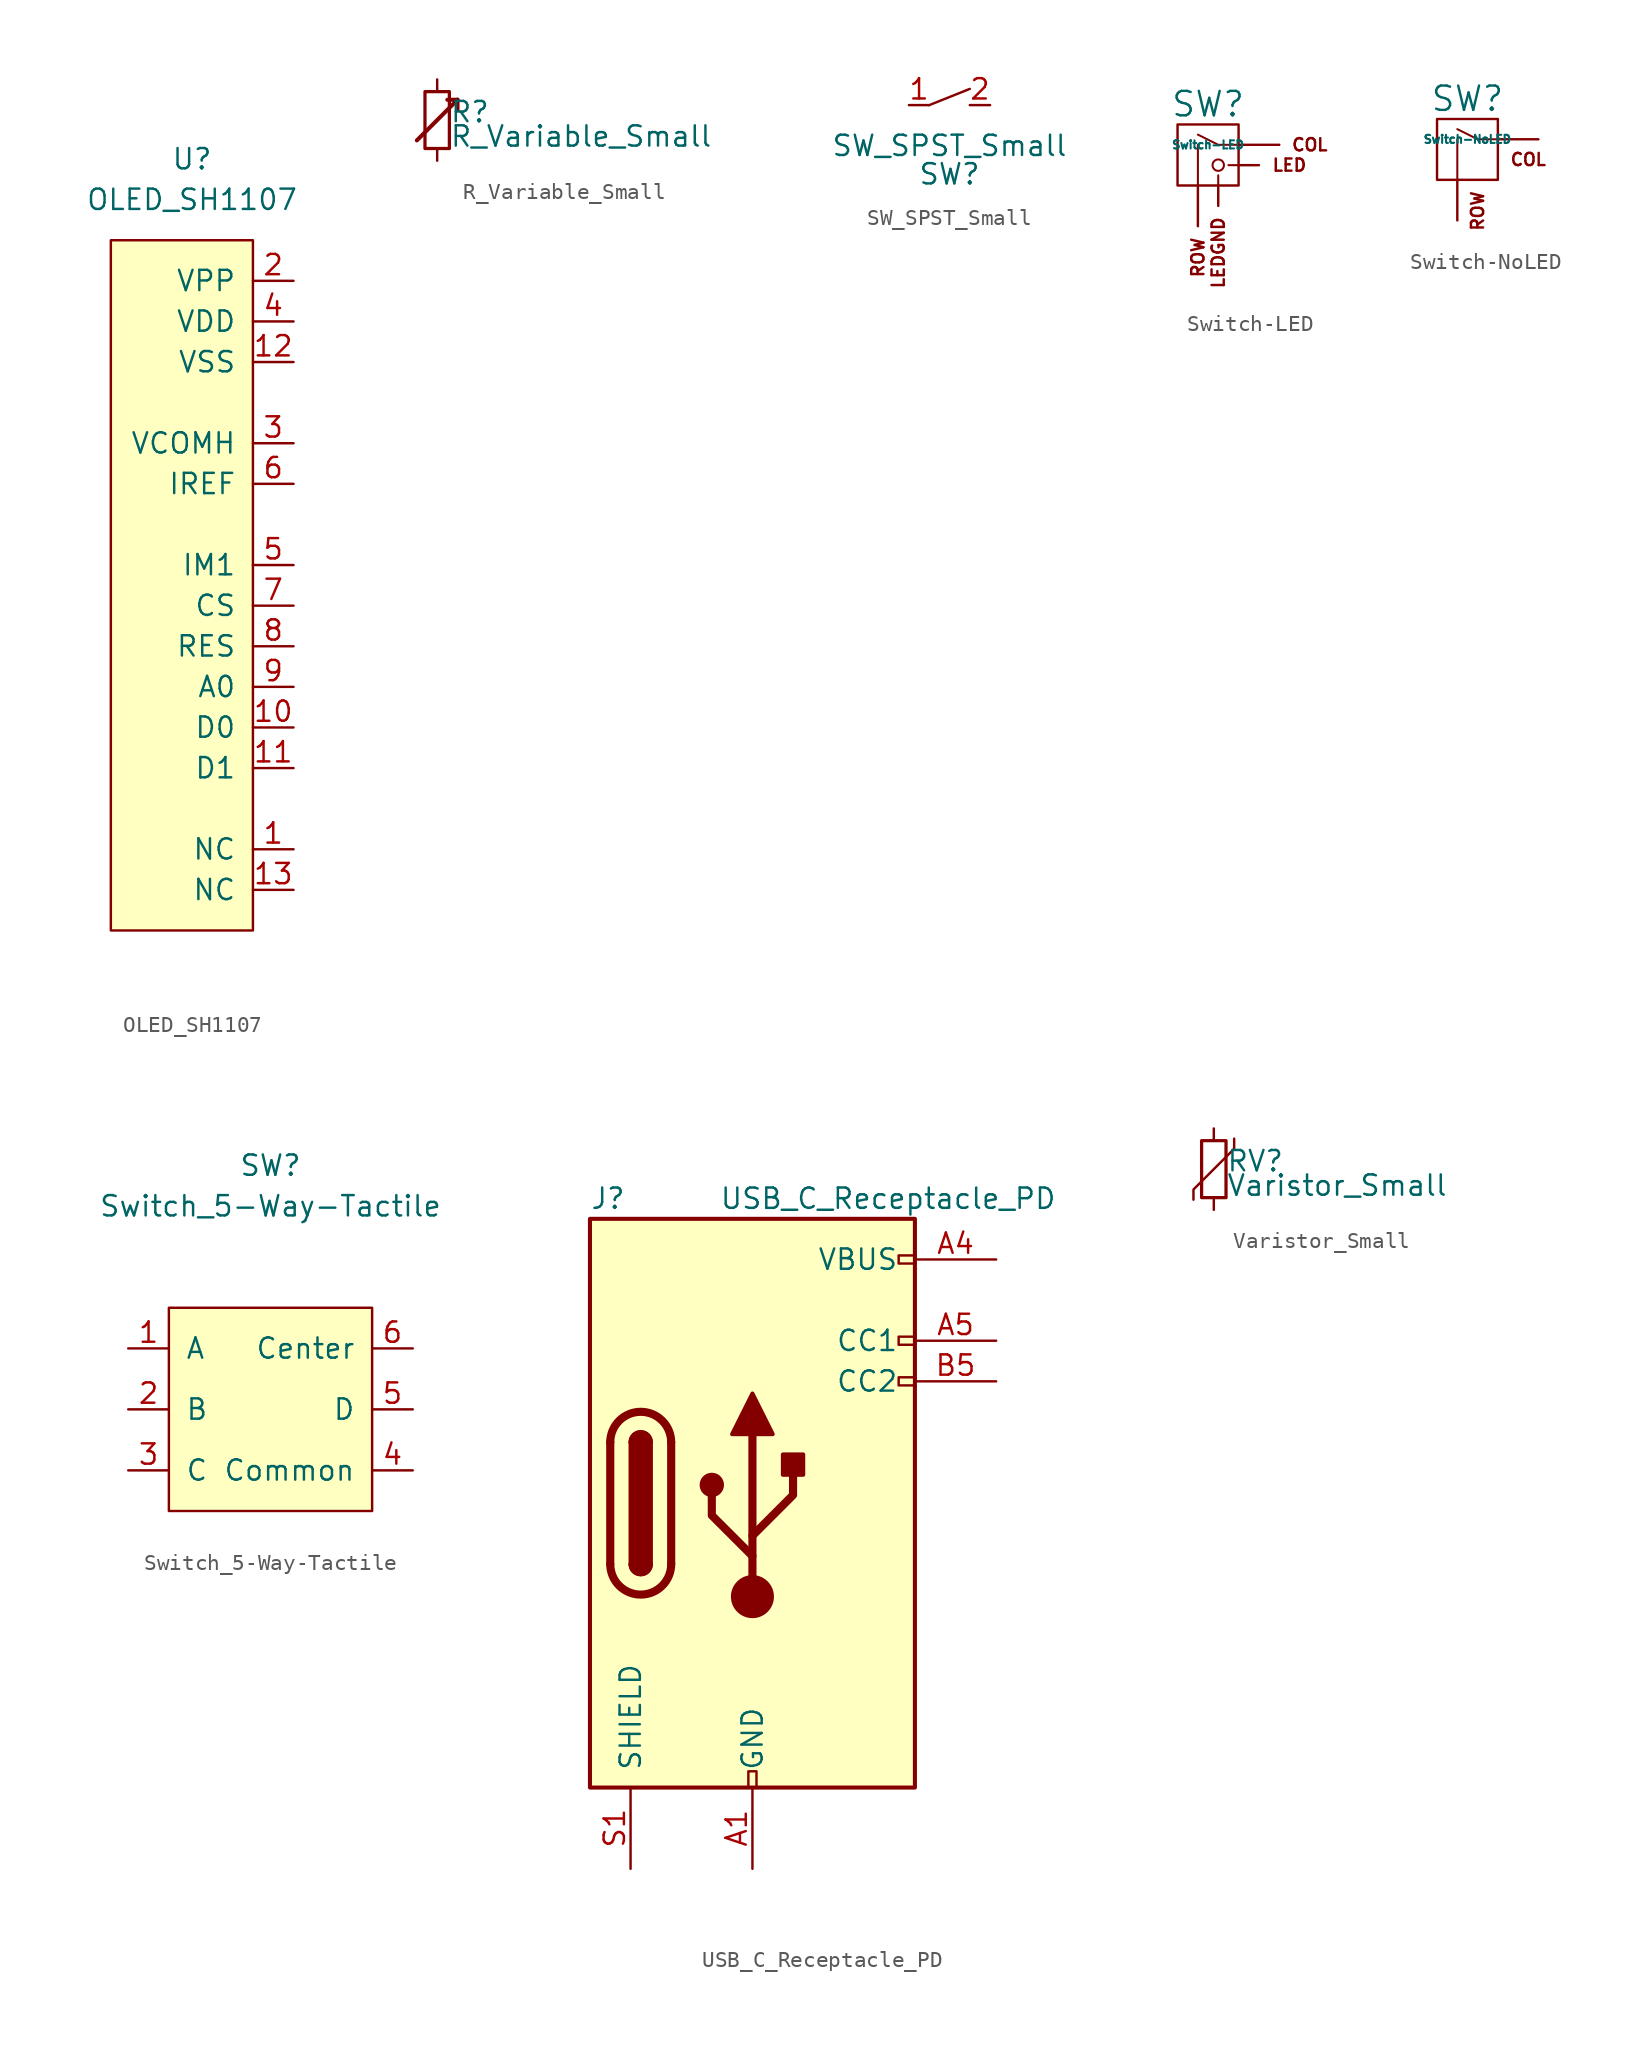
<source format=kicad_sym>
(kicad_symbol_lib
  (version 20211014)
  (generator kicad_symbol_editor)
  (symbol "OLED_SH1107"
    (pin_names
      (offset 1.016))
    (property "Reference" "U"
      (at -1.27 26.67 0)
      (effects (font (size 1.27 1.27))))
    (property "Value" "OLED_SH1107"
      (at -1.27 24.13 0)
      (effects (font (size 1.27 1.27))))
    (symbol "OLED_SH1107_0_1"
      (rectangle (start 2.54 21.59) (end -6.35 -21.59) (stroke (width 0) (type default) (color 0 0 0 0)) (fill (type background))))
    (symbol "OLED_SH1107_1_1"
      (pin power_in line (at 5.08 -16.51 180) (length 2.54) (name "NC" (effects (font (size 1.27 1.27)))) (number "1" (effects (font (size 1.27 1.27)))))
      (pin input line (at 5.08 -8.89 180) (length 2.54) (name "D0" (effects (font (size 1.27 1.27)))) (number "10" (effects (font (size 1.27 1.27)))))
      (pin input line (at 5.08 -11.43 180) (length 2.54) (name "D1" (effects (font (size 1.27 1.27)))) (number "11" (effects (font (size 1.27 1.27)))))
      (pin power_in line (at 5.08 13.97 180) (length 2.54) (name "VSS" (effects (font (size 1.27 1.27)))) (number "12" (effects (font (size 1.27 1.27)))))
      (pin power_in line (at 5.08 -19.05 180) (length 2.54) (name "NC" (effects (font (size 1.27 1.27)))) (number "13" (effects (font (size 1.27 1.27)))))
      (pin power_in line (at 5.08 19.05 180) (length 2.54) (name "VPP" (effects (font (size 1.27 1.27)))) (number "2" (effects (font (size 1.27 1.27)))))
      (pin power_in line (at 5.08 8.89 180) (length 2.54) (name "VCOMH" (effects (font (size 1.27 1.27)))) (number "3" (effects (font (size 1.27 1.27)))))
      (pin power_in line (at 5.08 16.51 180) (length 2.54) (name "VDD" (effects (font (size 1.27 1.27)))) (number "4" (effects (font (size 1.27 1.27)))))
      (pin input line (at 5.08 1.27 180) (length 2.54) (name "IM1" (effects (font (size 1.27 1.27)))) (number "5" (effects (font (size 1.27 1.27)))))
      (pin input line (at 5.08 6.35 180) (length 2.54) (name "IREF" (effects (font (size 1.27 1.27)))) (number "6" (effects (font (size 1.27 1.27)))))
      (pin input line (at 5.08 -1.27 180) (length 2.54) (name "CS" (effects (font (size 1.27 1.27)))) (number "7" (effects (font (size 1.27 1.27)))))
      (pin input line (at 5.08 -3.81 180) (length 2.54) (name "RES" (effects (font (size 1.27 1.27)))) (number "8" (effects (font (size 1.27 1.27)))))
      (pin input line (at 5.08 -6.35 180) (length 2.54) (name "A0" (effects (font (size 1.27 1.27)))) (number "9" (effects (font (size 1.27 1.27)))))))
  (symbol "R_Variable_Small"
    (pin_numbers hide)
    (pin_names
      (offset 0.254) hide)
    (property "Reference" "R"
      (at 0.762 0.508 0)
      (effects (font (size 1.27 1.27)) (justify left)))
    (property "Value" "R_Variable_Small"
      (at 0.762 -1.016 0)
      (effects (font (size 1.27 1.27)) (justify left)))
    (symbol "R_Variable_Small_0_1"
      (rectangle (start -0.762 1.778) (end 0.762 -1.778) (stroke (width 0.203) (type default) (color 0 0 0 0)) (fill (type none)))
      (polyline (pts (xy 1.27 1.27) (xy 0.635 1.27)) (stroke (width 0.254) (type default) (color 0 0 0 0)) (fill (type none)))
      (polyline (pts (xy 1.27 1.27) (xy 1.27 0.635)) (stroke (width 0.254) (type default) (color 0 0 0 0)) (fill (type none)))
      (polyline (pts (xy 1.27 1.27) (xy -1.27 -1.27) (xy 1.27 1.27)) (stroke (width 0.254) (type default) (color 0 0 0 0)) (fill (type none))))
    (symbol "R_Variable_Small_1_1"
      (pin passive line (at 0 2.54 270) (length 0.762) (name "~" (effects (font (size 1.27 1.27)))) (number "1" (effects (font (size 1.27 1.27)))))
      (pin passive line (at 0 -2.54 90) (length 0.762) (name "~" (effects (font (size 1.27 1.27)))) (number "2" (effects (font (size 1.27 1.27)))))))
  (symbol "SW_SPST_Small"
    (pin_names
      (offset 0) hide)
    (property "Reference" "SW"
      (at 0 -4.318 0)
      (effects (font (size 1.27 1.27))))
    (property "Value" "SW_SPST_Small"
      (at 0 -2.54 0)
      (effects (font (size 1.27 1.27))))
    (symbol "SW_SPST_Small_0_1"
      (polyline (pts (xy -1.27 0) (xy 1.27 1.016)) (stroke (width 0) (type default) (color 0 0 0 0)) (fill (type none))))
    (symbol "SW_SPST_Small_1_1"
      (pin passive line (at -2.54 0 0) (length 1.27) (name "A" (effects (font (size 1.27 1.27)))) (number "1" (effects (font (size 1.27 1.27)))))
      (pin passive line (at 2.54 0 180) (length 1.27) (name "B" (effects (font (size 1.27 1.27)))) (number "2" (effects (font (size 1.27 1.27)))))))
  (symbol "Switch-LED"
    (pin_names
      (offset 1.016))
    (property "Reference" "SW"
      (at -0.635 3.81 0)
      (effects (font (size 1.524 1.524))))
    (property "Value" "Switch-LED"
      (at -0.635 1.27 0)
      (effects (font (size 0.508 0.508))))
    (symbol "Switch-LED_0_0"
      (rectangle (start -2.54 2.54) (end 1.27 -1.27) (stroke (width 0) (type default) (color 0 0 0 0)) (fill (type none)))
      (polyline (pts (xy -1.27 -1.27) (xy -1.27 1.27)) (stroke (width 0.127) (type default) (color 0 0 0 0)) (fill (type none)))
      (polyline (pts (xy 0 -1.27) (xy 0 -0.635)) (stroke (width 0.127) (type default) (color 0 0 0 0)) (fill (type none)))
      (polyline (pts (xy 1.27 0) (xy 0.635 0)) (stroke (width 0.127) (type default) (color 0 0 0 0)) (fill (type none)))
      (polyline (pts (xy 1.27 1.27) (xy 0 1.27) (xy -1.27 1.905)) (stroke (width 0.127) (type default) (color 0 0 0 0)) (fill (type none)))
      (circle (center 0 0) (radius 0.356) (stroke (width 0.127) (type default) (color 0 0 0 0)) (fill (type none)))
      (text "COL" (at 5.715 1.27 0) (effects (font (size 0.762 0.762))))
      (text "LED" (at 4.445 0 0) (effects (font (size 0.762 0.762))))
      (text "ROW" (at -1.27 -4.445 900) (effects (font (size 0.762 0.762)) (justify right))))
    (symbol "Switch-LED_1_0"
      (text "LEDGND" (at 0 -3.175 900) (effects (font (size 0.762 0.762)) (justify right))))
    (symbol "Switch-LED_1_1"
      (pin passive line (at 3.81 1.27 180) (length 2.54) (name "COL" (effects (font (size 0 0)))) (number "1" (effects (font (size 0 0)))))
      (pin passive line (at -1.27 -3.81 90) (length 2.54) (name "ROW" (effects (font (size 0 0)))) (number "2" (effects (font (size 0 0)))))
      (pin input line (at 2.54 0 180) (length 1.27) (name "LED" (effects (font (size 0 0)))) (number "3" (effects (font (size 0 0)))))
      (pin passive line (at 0 -2.54 90) (length 1.27) (name "LEDGND" (effects (font (size 0 0)))) (number "4" (effects (font (size 0 0)))))))
  (symbol "Switch-NoLED"
    (pin_names
      (offset 1.016))
    (property "Reference" "SW"
      (at -0.635 3.81 0)
      (effects (font (size 1.524 1.524))))
    (property "Value" "Switch-NoLED"
      (at -0.635 1.27 0)
      (effects (font (size 0.508 0.508))))
    (symbol "Switch-NoLED_0_0"
      (rectangle (start -2.54 2.54) (end 1.27 -1.27) (stroke (width 0) (type default) (color 0 0 0 0)) (fill (type none)))
      (polyline (pts (xy -1.27 -1.27) (xy -1.27 1.27)) (stroke (width 0.127) (type default) (color 0 0 0 0)) (fill (type none)))
      (polyline (pts (xy 1.27 1.27) (xy 0 1.27) (xy -1.27 1.905)) (stroke (width 0.127) (type default) (color 0 0 0 0)) (fill (type none)))
      (text "COL" (at 3.175 0 0) (effects (font (size 0.762 0.762))))
      (text "ROW" (at 0 -1.905 900) (effects (font (size 0.762 0.762)) (justify right))))
    (symbol "Switch-NoLED_1_1"
      (pin passive line (at 3.81 1.27 180) (length 2.54) (name "COL" (effects (font (size 0 0)))) (number "1" (effects (font (size 0 0)))))
      (pin passive line (at -1.27 -3.81 90) (length 2.54) (name "ROW" (effects (font (size 0 0)))) (number "2" (effects (font (size 0 0)))))))
  (symbol "Switch_5-Way-Tactile"
    (pin_names
      (offset 1.016))
    (property "Reference" "SW"
      (at 0 15.24 0)
      (effects (font (size 1.27 1.27))))
    (property "Value" "Switch_5-Way-Tactile"
      (at 0 12.7 0)
      (effects (font (size 1.27 1.27))))
    (symbol "Switch_5-Way-Tactile_0_1"
      (rectangle (start -6.35 -6.35) (end 6.35 6.35) (stroke (width 0) (type default) (color 0 0 0 0)) (fill (type background))))
    (symbol "Switch_5-Way-Tactile_1_1"
      (pin output line (at -8.89 3.81 0) (length 2.54) (name "A" (effects (font (size 1.27 1.27)))) (number "1" (effects (font (size 1.27 1.27)))))
      (pin output line (at -8.89 0 0) (length 2.54) (name "B" (effects (font (size 1.27 1.27)))) (number "2" (effects (font (size 1.27 1.27)))))
      (pin output line (at -8.89 -3.81 0) (length 2.54) (name "C" (effects (font (size 1.27 1.27)))) (number "3" (effects (font (size 1.27 1.27)))))
      (pin output line (at 8.89 -3.81 180) (length 2.54) (name "Common" (effects (font (size 1.27 1.27)))) (number "4" (effects (font (size 1.27 1.27)))))
      (pin input line (at 8.89 0 180) (length 2.54) (name "D" (effects (font (size 1.27 1.27)))) (number "5" (effects (font (size 1.27 1.27)))))
      (pin output line (at 8.89 3.81 180) (length 2.54) (name "Center" (effects (font (size 1.27 1.27)))) (number "6" (effects (font (size 1.27 1.27)))))))
  (symbol "USB_C_Receptacle_PD"
    (pin_names
      (offset 1.016))
    (property "Reference" "J"
      (at -10.16 19.05 0)
      (effects (font (size 1.27 1.27)) (justify left)))
    (property "Value" "USB_C_Receptacle_PD"
      (at 19.05 19.05 0)
      (effects (font (size 1.27 1.27)) (justify right)))
    (symbol "USB_C_Receptacle_PD_0_0"
      (rectangle (start -0.254 -17.78) (end 0.254 -16.764) (stroke (width 0) (type default) (color 0 0 0 0)) (fill (type none)))
      (rectangle (start 10.16 7.874) (end 9.144 7.366) (stroke (width 0) (type default) (color 0 0 0 0)) (fill (type none)))
      (rectangle (start 10.16 10.414) (end 9.144 9.906) (stroke (width 0) (type default) (color 0 0 0 0)) (fill (type none)))
      (rectangle (start 10.16 15.494) (end 9.144 14.986) (stroke (width 0) (type default) (color 0 0 0 0)) (fill (type none))))
    (symbol "USB_C_Receptacle_PD_0_1"
      (rectangle (start -10.16 17.78) (end 10.16 -17.78) (stroke (width 0.254) (type default) (color 0 0 0 0)) (fill (type background)))
      (arc (start -8.89 -3.81) (mid -6.985 -5.715) (end -5.08 -3.81) (stroke (width 0.508) (type default) (color 0 0 0 0)) (fill (type none)))
      (arc (start -7.62 -3.81) (mid -6.985 -4.445) (end -6.35 -3.81) (stroke (width 0.254) (type default) (color 0 0 0 0)) (fill (type none)))
      (arc (start -7.62 -3.81) (mid -6.985 -4.445) (end -6.35 -3.81) (stroke (width 0.254) (type default) (color 0 0 0 0)) (fill (type outline)))
      (rectangle (start -7.62 -3.81) (end -6.35 3.81) (stroke (width 0.254) (type default) (color 0 0 0 0)) (fill (type outline)))
      (arc (start -6.35 3.81) (mid -6.985 4.445) (end -7.62 3.81) (stroke (width 0.254) (type default) (color 0 0 0 0)) (fill (type none)))
      (arc (start -6.35 3.81) (mid -6.985 4.445) (end -7.62 3.81) (stroke (width 0.254) (type default) (color 0 0 0 0)) (fill (type outline)))
      (arc (start -5.08 3.81) (mid -6.985 5.715) (end -8.89 3.81) (stroke (width 0.508) (type default) (color 0 0 0 0)) (fill (type none)))
      (circle (center -2.54 1.143) (radius 0.635) (stroke (width 0.254) (type default) (color 0 0 0 0)) (fill (type outline)))
      (circle (center 0 -5.842) (radius 1.27) (stroke (width 0) (type default) (color 0 0 0 0)) (fill (type outline)))
      (polyline (pts (xy -8.89 -3.81) (xy -8.89 3.81)) (stroke (width 0.508) (type default) (color 0 0 0 0)) (fill (type none)))
      (polyline (pts (xy -5.08 3.81) (xy -5.08 -3.81)) (stroke (width 0.508) (type default) (color 0 0 0 0)) (fill (type none)))
      (polyline (pts (xy 0 -5.842) (xy 0 4.318)) (stroke (width 0.508) (type default) (color 0 0 0 0)) (fill (type none)))
      (polyline (pts (xy 0 -3.302) (xy -2.54 -0.762) (xy -2.54 0.508)) (stroke (width 0.508) (type default) (color 0 0 0 0)) (fill (type none)))
      (polyline (pts (xy 0 -2.032) (xy 2.54 0.508) (xy 2.54 1.778)) (stroke (width 0.508) (type default) (color 0 0 0 0)) (fill (type none)))
      (polyline (pts (xy -1.27 4.318) (xy 0 6.858) (xy 1.27 4.318) (xy -1.27 4.318)) (stroke (width 0.254) (type default) (color 0 0 0 0)) (fill (type outline)))
      (rectangle (start 1.905 1.778) (end 3.175 3.048) (stroke (width 0.254) (type default) (color 0 0 0 0)) (fill (type outline))))
    (symbol "USB_C_Receptacle_PD_1_1"
      (pin passive line (at 0 -22.86 90) (length 5.08) (name "GND" (effects (font (size 1.27 1.27)))) (number "A1" (effects (font (size 1.27 1.27)))))
      (pin passive line (at 0 -22.86 90) (length 5.08) hide (name "GND" (effects (font (size 1.27 1.27)))) (number "A12" (effects (font (size 1.27 1.27)))))
      (pin passive line (at 15.24 15.24 180) (length 5.08) (name "VBUS" (effects (font (size 1.27 1.27)))) (number "A4" (effects (font (size 1.27 1.27)))))
      (pin bidirectional line (at 15.24 10.16 180) (length 5.08) (name "CC1" (effects (font (size 1.27 1.27)))) (number "A5" (effects (font (size 1.27 1.27)))))
      (pin passive line (at 15.24 15.24 180) (length 5.08) hide (name "VBUS" (effects (font (size 1.27 1.27)))) (number "A9" (effects (font (size 1.27 1.27)))))
      (pin bidirectional line (at 15.24 7.62 180) (length 5.08) (name "CC2" (effects (font (size 1.27 1.27)))) (number "B5" (effects (font (size 1.27 1.27)))))
      (pin passive line (at -7.62 -22.86 90) (length 5.08) (name "SHIELD" (effects (font (size 1.27 1.27)))) (number "S1" (effects (font (size 1.27 1.27)))))))
  (symbol "Varistor_Small"
    (pin_numbers hide)
    (pin_names
      (offset 0.254) hide)
    (property "Reference" "RV"
      (at 0.762 0.508 0)
      (effects (font (size 1.27 1.27)) (justify left)))
    (property "Value" "Varistor_Small"
      (at 0.762 -1.016 0)
      (effects (font (size 1.27 1.27)) (justify left)))
    (symbol "Varistor_Small_0_1"
      (rectangle (start -0.762 1.778) (end 0.762 -1.778) (stroke (width 0.203) (type default) (color 0 0 0 0)) (fill (type none)))
      (polyline (pts (xy 1.27 1.905) (xy 1.27 1.27) (xy -1.27 -1.27) (xy -1.27 -1.905)) (stroke (width 0) (type default) (color 0 0 0 0)) (fill (type none))))
    (symbol "Varistor_Small_1_1"
      (pin passive line (at 0 2.54 270) (length 0.762) (name "~" (effects (font (size 1.27 1.27)))) (number "1" (effects (font (size 1.27 1.27)))))
      (pin passive line (at 0 -2.54 90) (length 0.762) (name "~" (effects (font (size 1.27 1.27)))) (number "2" (effects (font (size 1.27 1.27))))))))
</source>
